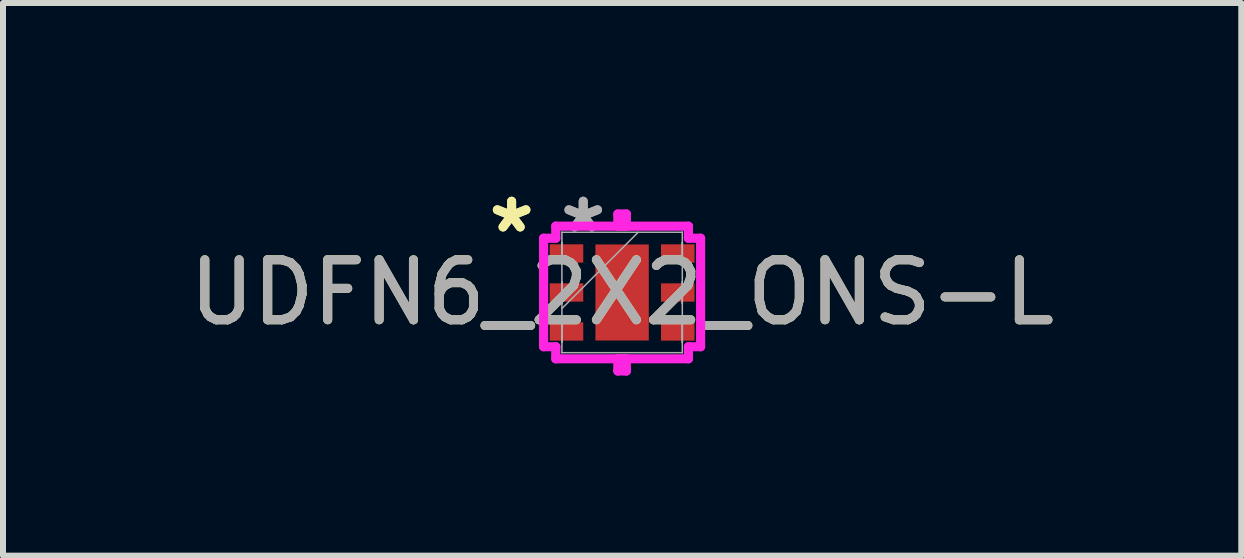
<source format=kicad_pcb>
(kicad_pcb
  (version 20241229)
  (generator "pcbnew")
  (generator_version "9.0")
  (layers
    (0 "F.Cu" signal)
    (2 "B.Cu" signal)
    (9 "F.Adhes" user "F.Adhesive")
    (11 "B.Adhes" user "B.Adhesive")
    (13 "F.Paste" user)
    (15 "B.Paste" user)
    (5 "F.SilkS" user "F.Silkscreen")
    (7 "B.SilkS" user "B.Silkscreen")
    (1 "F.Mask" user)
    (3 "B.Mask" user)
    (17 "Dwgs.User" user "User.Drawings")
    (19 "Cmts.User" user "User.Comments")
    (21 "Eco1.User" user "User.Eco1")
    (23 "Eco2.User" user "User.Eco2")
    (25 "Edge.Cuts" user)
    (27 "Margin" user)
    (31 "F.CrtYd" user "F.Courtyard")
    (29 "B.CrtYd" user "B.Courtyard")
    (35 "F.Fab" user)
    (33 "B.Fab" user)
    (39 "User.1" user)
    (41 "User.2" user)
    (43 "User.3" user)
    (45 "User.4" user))
  (footprint "UDFN6_2X2_ONS-L"
    (layer "F.Cu")
    (at 7.315 1.823)
    (property "Reference" "UDFN6_2X2_ONS-L" (at 0 0 0) (unlocked yes) (layer "F.SilkS") (effects (font (size 1 1) (thickness 0.15))))
    (attr smd)
    (fp_line (start -1.308 -0.904) (end -1.105 -0.904) (stroke (width 0.152) (type solid)) (layer "F.CrtYd"))
    (fp_line (start -1.308 0.904) (end -1.308 -0.904) (stroke (width 0.152) (type solid)) (layer "F.CrtYd"))
    (fp_line (start -1.105 -1.105) (end 0.071 -1.105) (stroke (width 0.152) (type solid)) (layer "F.CrtYd"))
    (fp_line (start -1.105 -0.904) (end -1.105 -1.105) (stroke (width 0.152) (type solid)) (layer "F.CrtYd"))
    (fp_line (start -1.105 0.904) (end -1.308 0.904) (stroke (width 0.152) (type solid)) (layer "F.CrtYd"))
    (fp_line (start -1.105 1.105) (end -1.105 0.904) (stroke (width 0.152) (type solid)) (layer "F.CrtYd"))
    (fp_line (start -0.071 -1.308) (end -0.071 -1.105) (stroke (width 0.152) (type solid)) (layer "F.CrtYd"))
    (fp_line (start -0.071 -1.105) (end 1.105 -1.105) (stroke (width 0.152) (type solid)) (layer "F.CrtYd"))
    (fp_line (start -0.071 1.105) (end -0.071 1.308) (stroke (width 0.152) (type solid)) (layer "F.CrtYd"))
    (fp_line (start -0.071 1.308) (end 0.071 1.308) (stroke (width 0.152) (type solid)) (layer "F.CrtYd"))
    (fp_line (start 0.071 -1.308) (end -0.071 -1.308) (stroke (width 0.152) (type solid)) (layer "F.CrtYd"))
    (fp_line (start 0.071 -1.105) (end 0.071 -1.308) (stroke (width 0.152) (type solid)) (layer "F.CrtYd"))
    (fp_line (start 0.071 1.105) (end -1.105 1.105) (stroke (width 0.152) (type solid)) (layer "F.CrtYd"))
    (fp_line (start 0.071 1.308) (end 0.071 1.105) (stroke (width 0.152) (type solid)) (layer "F.CrtYd"))
    (fp_line (start 1.105 -1.105) (end 1.105 -0.904) (stroke (width 0.152) (type solid)) (layer "F.CrtYd"))
    (fp_line (start 1.105 -0.904) (end 1.308 -0.904) (stroke (width 0.152) (type solid)) (layer "F.CrtYd"))
    (fp_line (start 1.105 0.904) (end 1.105 1.105) (stroke (width 0.152) (type solid)) (layer "F.CrtYd"))
    (fp_line (start 1.105 1.105) (end -0.071 1.105) (stroke (width 0.152) (type solid)) (layer "F.CrtYd"))
    (fp_line (start 1.308 -0.904) (end 1.308 0.904) (stroke (width 0.152) (type solid)) (layer "F.CrtYd"))
    (fp_line (start 1.308 0.904) (end 1.105 0.904) (stroke (width 0.152) (type solid)) (layer "F.CrtYd"))
    (fp_line (start -1.003 -1.003) (end -1.003 -1.003) (stroke (width 0.025) (type solid)) (layer "F.Fab"))
    (fp_line (start -1.003 -1.003) (end -1.003 1.003) (stroke (width 0.025) (type solid)) (layer "F.Fab"))
    (fp_line (start -1.003 -0.828) (end -1.003 -0.828) (stroke (width 0.025) (type solid)) (layer "F.Fab"))
    (fp_line (start -1.003 -0.828) (end -1.003 -0.472) (stroke (width 0.025) (type solid)) (layer "F.Fab"))
    (fp_line (start -1.003 -0.472) (end -1.003 -0.828) (stroke (width 0.025) (type solid)) (layer "F.Fab"))
    (fp_line (start -1.003 -0.472) (end -1.003 -0.472) (stroke (width 0.025) (type solid)) (layer "F.Fab"))
    (fp_line (start -1.003 -0.178) (end -1.003 -0.178) (stroke (width 0.025) (type solid)) (layer "F.Fab"))
    (fp_line (start -1.003 -0.178) (end -1.003 0.178) (stroke (width 0.025) (type solid)) (layer "F.Fab"))
    (fp_line (start -1.003 0.178) (end -1.003 -0.178) (stroke (width 0.025) (type solid)) (layer "F.Fab"))
    (fp_line (start -1.003 0.178) (end -1.003 0.178) (stroke (width 0.025) (type solid)) (layer "F.Fab"))
    (fp_line (start -1.003 0.267) (end 0.267 -1.003) (stroke (width 0.025) (type solid)) (layer "F.Fab"))
    (fp_line (start -1.003 0.472) (end -1.003 0.472) (stroke (width 0.025) (type solid)) (layer "F.Fab"))
    (fp_line (start -1.003 0.472) (end -1.003 0.828) (stroke (width 0.025) (type solid)) (layer "F.Fab"))
    (fp_line (start -1.003 0.828) (end -1.003 0.472) (stroke (width 0.025) (type solid)) (layer "F.Fab"))
    (fp_line (start -1.003 0.828) (end -1.003 0.828) (stroke (width 0.025) (type solid)) (layer "F.Fab"))
    (fp_line (start -1.003 1.003) (end -1.003 1.003) (stroke (width 0.025) (type solid)) (layer "F.Fab"))
    (fp_line (start -1.003 1.003) (end 1.003 1.003) (stroke (width 0.025) (type solid)) (layer "F.Fab"))
    (fp_line (start 1.003 -1.003) (end -1.003 -1.003) (stroke (width 0.025) (type solid)) (layer "F.Fab"))
    (fp_line (start 1.003 -1.003) (end 1.003 -1.003) (stroke (width 0.025) (type solid)) (layer "F.Fab"))
    (fp_line (start 1.003 -0.828) (end 1.003 -0.828) (stroke (width 0.025) (type solid)) (layer "F.Fab"))
    (fp_line (start 1.003 -0.828) (end 1.003 -0.472) (stroke (width 0.025) (type solid)) (layer "F.Fab"))
    (fp_line (start 1.003 -0.472) (end 1.003 -0.828) (stroke (width 0.025) (type solid)) (layer "F.Fab"))
    (fp_line (start 1.003 -0.472) (end 1.003 -0.472) (stroke (width 0.025) (type solid)) (layer "F.Fab"))
    (fp_line (start 1.003 -0.178) (end 1.003 -0.178) (stroke (width 0.025) (type solid)) (layer "F.Fab"))
    (fp_line (start 1.003 -0.178) (end 1.003 0.178) (stroke (width 0.025) (type solid)) (layer "F.Fab"))
    (fp_line (start 1.003 0.178) (end 1.003 -0.178) (stroke (width 0.025) (type solid)) (layer "F.Fab"))
    (fp_line (start 1.003 0.178) (end 1.003 0.178) (stroke (width 0.025) (type solid)) (layer "F.Fab"))
    (fp_line (start 1.003 0.472) (end 1.003 0.472) (stroke (width 0.025) (type solid)) (layer "F.Fab"))
    (fp_line (start 1.003 0.472) (end 1.003 0.828) (stroke (width 0.025) (type solid)) (layer "F.Fab"))
    (fp_line (start 1.003 0.828) (end 1.003 0.472) (stroke (width 0.025) (type solid)) (layer "F.Fab"))
    (fp_line (start 1.003 0.828) (end 1.003 0.828) (stroke (width 0.025) (type solid)) (layer "F.Fab"))
    (fp_line (start 1.003 1.003) (end 1.003 -1.003) (stroke (width 0.025) (type solid)) (layer "F.Fab"))
    (fp_line (start 1.003 1.003) (end 1.003 1.003) (stroke (width 0.025) (type solid)) (layer "F.Fab"))
    (fp_text user "*" (at -1.841 -0.975 0) (unlocked yes) (layer "F.SilkS") (effects (font (size 1 1) (thickness 0.15))))
    (fp_text user "*" (at -1.841 -0.975 0) (layer "F.SilkS") (effects (font (size 1 1) (thickness 0.15))))
    (fp_text user "*" (at -0.648 -0.975 0) (unlocked yes) (layer "F.Fab") (effects (font (size 1 1) (thickness 0.15))))
    (fp_text user "*" (at -0.648 -0.975 0) (layer "F.Fab") (effects (font (size 1 1) (thickness 0.15))))
    (fp_text user "${REFERENCE}" (at 0 0 0) (unlocked yes) (layer "F.Fab") (effects (font (size 1 1) (thickness 0.15))))
    (pad "1" smd rect (at -0.927 -0.65 90) (size 0.305 0.559) (layers "F.Cu" "F.Mask" "F.Paste"))
    (pad "2" smd rect (at -0.927 0 90) (size 0.305 0.559) (layers "F.Cu" "F.Mask" "F.Paste"))
    (pad "3" smd rect (at -0.927 0.65 90) (size 0.305 0.559) (layers "F.Cu" "F.Mask" "F.Paste"))
    (pad "4" smd rect (at 0.927 0.65 90) (size 0.305 0.559) (layers "F.Cu" "F.Mask" "F.Paste"))
    (pad "5" smd rect (at 0.927 0 90) (size 0.305 0.559) (layers "F.Cu" "F.Mask" "F.Paste"))
    (pad "6" smd rect (at 0.927 -0.65 90) (size 0.305 0.559) (layers "F.Cu" "F.Mask" "F.Paste"))
    (pad "7" smd rect (at 0 0) (size 0.889 1.6) (layers "F.Cu" "F.Mask" "F.Paste")))
  (gr_rect
    (start -3 -3)
    (end 17.631 6.208)
    (stroke (width 0.1) (type default))
    (fill no)
    (layer "Edge.Cuts")))
</source>
